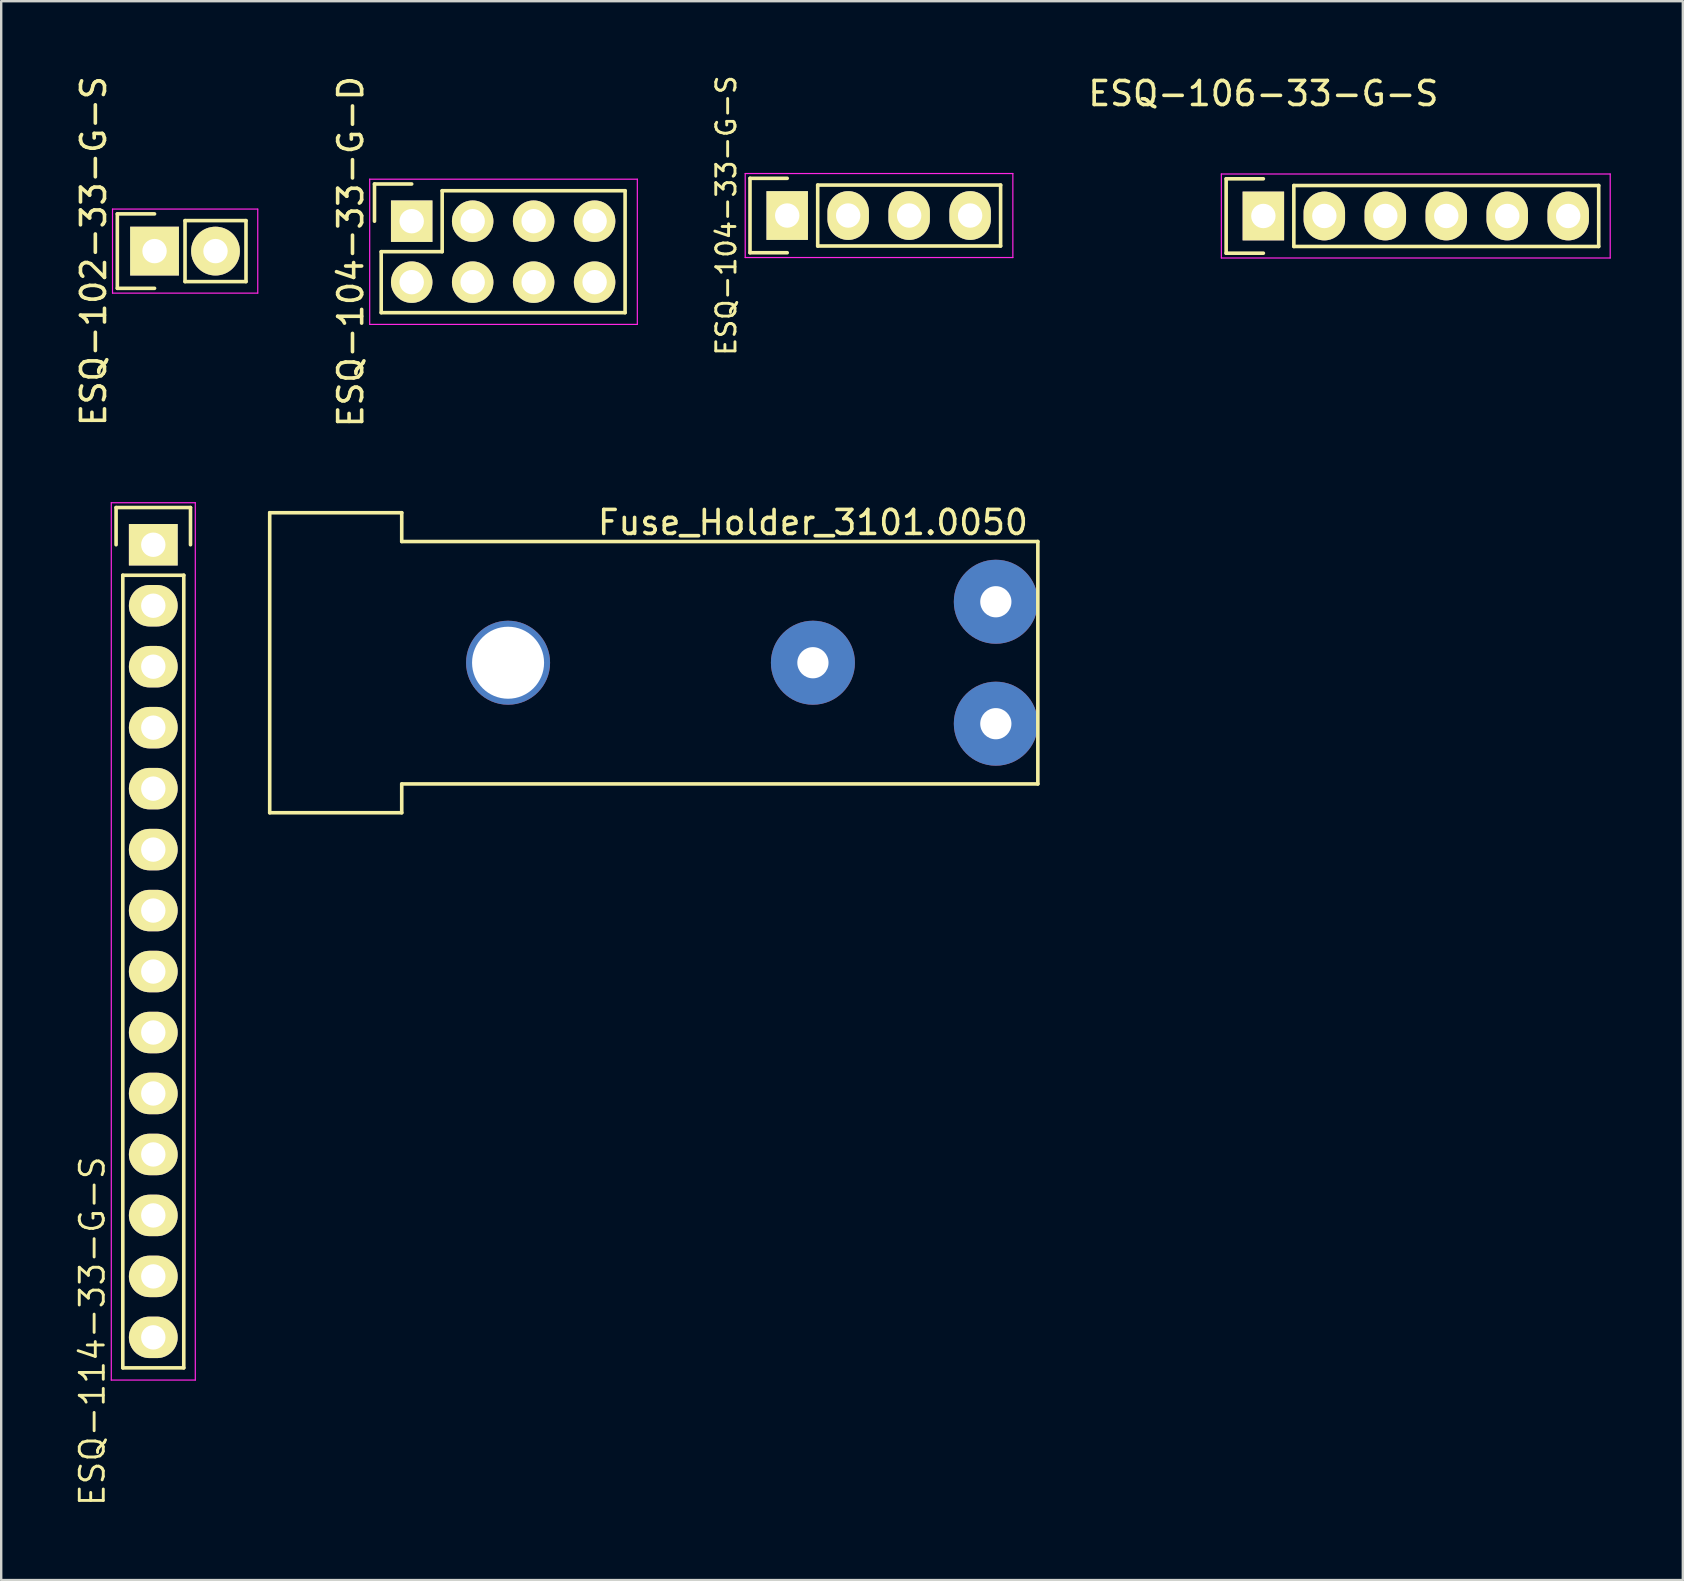
<source format=kicad_pcb>
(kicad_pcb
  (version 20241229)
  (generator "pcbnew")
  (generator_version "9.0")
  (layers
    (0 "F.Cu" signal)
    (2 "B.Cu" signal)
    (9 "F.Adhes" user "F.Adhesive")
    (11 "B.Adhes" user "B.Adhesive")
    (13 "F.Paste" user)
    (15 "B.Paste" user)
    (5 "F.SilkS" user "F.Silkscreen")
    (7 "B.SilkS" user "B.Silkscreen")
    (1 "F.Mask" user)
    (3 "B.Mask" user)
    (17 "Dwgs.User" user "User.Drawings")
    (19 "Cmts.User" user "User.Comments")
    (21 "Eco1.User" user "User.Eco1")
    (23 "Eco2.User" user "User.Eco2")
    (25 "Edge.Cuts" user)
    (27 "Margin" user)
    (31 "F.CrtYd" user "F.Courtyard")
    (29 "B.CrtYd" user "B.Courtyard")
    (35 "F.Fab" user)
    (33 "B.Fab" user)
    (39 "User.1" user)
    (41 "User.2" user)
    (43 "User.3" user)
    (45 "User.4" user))
  (footprint "ESQ-102-33-G-S"
    (layer "F.Cu")
    (at 3.388 7.411)
    (property "Reference" "ESQ-102-33-G-S" (at -2.54 0 270) (layer "F.SilkS") (effects (font (size 1 1) (thickness 0.15))))
    (attr through_hole)
    (fp_line (start -1.55 -1.55) (end -1.55 1.55) (stroke (width 0.15) (type solid)) (layer "F.SilkS"))
    (fp_line (start -1.55 1.55) (end 0 1.55) (stroke (width 0.15) (type solid)) (layer "F.SilkS"))
    (fp_line (start 0 -1.55) (end -1.55 -1.55) (stroke (width 0.15) (type solid)) (layer "F.SilkS"))
    (fp_line (start 1.27 -1.27) (end 3.81 -1.27) (stroke (width 0.15) (type solid)) (layer "F.SilkS"))
    (fp_line (start 1.27 1.27) (end 1.27 -1.27) (stroke (width 0.15) (type solid)) (layer "F.SilkS"))
    (fp_line (start 3.81 -1.27) (end 3.81 1.27) (stroke (width 0.15) (type solid)) (layer "F.SilkS"))
    (fp_line (start 3.81 1.27) (end 1.27 1.27) (stroke (width 0.15) (type solid)) (layer "F.SilkS"))
    (fp_line (start -1.75 -1.75) (end -1.75 1.75) (stroke (width 0.05) (type solid)) (layer "F.CrtYd"))
    (fp_line (start -1.75 -1.75) (end 4.3 -1.75) (stroke (width 0.05) (type solid)) (layer "F.CrtYd"))
    (fp_line (start -1.75 1.75) (end 4.3 1.75) (stroke (width 0.05) (type solid)) (layer "F.CrtYd"))
    (fp_line (start 4.3 -1.75) (end 4.3 1.75) (stroke (width 0.05) (type solid)) (layer "F.CrtYd"))
    (pad "1" thru_hole rect (at 0 0) (size 2.032 2.032) (drill 1.016) (layers "*.Cu" "*.Mask" "F.SilkS"))
    (pad "2" thru_hole oval (at 2.54 0) (size 2.032 2.032) (drill 1.016) (layers "*.Cu" "*.Mask" "F.SilkS")))
  (footprint "ESQ-114-33-G-S"
    (layer "F.Cu")
    (at 3.336 19.644)
    (property "Reference" "ESQ-114-33-G-S" (at -2.54 32.766 90) (layer "F.SilkS") (effects (font (size 1 1) (thickness 0.12))))
    (attr through_hole)
    (fp_line (start -1.55 -1.55) (end 1.55 -1.55) (stroke (width 0.15) (type solid)) (layer "F.SilkS"))
    (fp_line (start -1.55 0) (end -1.55 -1.55) (stroke (width 0.15) (type solid)) (layer "F.SilkS"))
    (fp_line (start -1.27 1.27) (end -1.27 34.29) (stroke (width 0.15) (type solid)) (layer "F.SilkS"))
    (fp_line (start -1.27 34.29) (end 1.27 34.29) (stroke (width 0.15) (type solid)) (layer "F.SilkS"))
    (fp_line (start 1.27 1.27) (end -1.27 1.27) (stroke (width 0.15) (type solid)) (layer "F.SilkS"))
    (fp_line (start 1.27 34.29) (end 1.27 1.27) (stroke (width 0.15) (type solid)) (layer "F.SilkS"))
    (fp_line (start 1.55 -1.55) (end 1.55 0) (stroke (width 0.15) (type solid)) (layer "F.SilkS"))
    (fp_line (start -1.75 -1.75) (end -1.75 34.8) (stroke (width 0.05) (type solid)) (layer "F.CrtYd"))
    (fp_line (start -1.75 -1.75) (end 1.75 -1.75) (stroke (width 0.05) (type solid)) (layer "F.CrtYd"))
    (fp_line (start -1.75 34.8) (end 1.75 34.8) (stroke (width 0.05) (type solid)) (layer "F.CrtYd"))
    (fp_line (start 1.75 -1.75) (end 1.75 34.8) (stroke (width 0.05) (type solid)) (layer "F.CrtYd"))
    (pad "1" thru_hole rect (at 0 0) (size 2.032 1.727) (drill 1.016) (layers "*.Cu" "*.Mask" "F.SilkS"))
    (pad "2" thru_hole oval (at 0 2.54) (size 2.032 1.727) (drill 1.016) (layers "*.Cu" "*.Mask" "F.SilkS"))
    (pad "3" thru_hole oval (at 0 5.08) (size 2.032 1.727) (drill 1.016) (layers "*.Cu" "*.Mask" "F.SilkS"))
    (pad "4" thru_hole oval (at 0 7.62) (size 2.032 1.727) (drill 1.016) (layers "*.Cu" "*.Mask" "F.SilkS"))
    (pad "5" thru_hole oval (at 0 10.16) (size 2.032 1.727) (drill 1.016) (layers "*.Cu" "*.Mask" "F.SilkS"))
    (pad "6" thru_hole oval (at 0 12.7) (size 2.032 1.727) (drill 1.016) (layers "*.Cu" "*.Mask" "F.SilkS"))
    (pad "7" thru_hole oval (at 0 15.24) (size 2.032 1.727) (drill 1.016) (layers "*.Cu" "*.Mask" "F.SilkS"))
    (pad "8" thru_hole oval (at 0 17.78) (size 2.032 1.727) (drill 1.016) (layers "*.Cu" "*.Mask" "F.SilkS"))
    (pad "9" thru_hole oval (at 0 20.32) (size 2.032 1.727) (drill 1.016) (layers "*.Cu" "*.Mask" "F.SilkS"))
    (pad "10" thru_hole oval (at 0 22.86) (size 2.032 1.727) (drill 1.016) (layers "*.Cu" "*.Mask" "F.SilkS"))
    (pad "11" thru_hole oval (at 0 25.4) (size 2.032 1.727) (drill 1.016) (layers "*.Cu" "*.Mask" "F.SilkS"))
    (pad "12" thru_hole oval (at 0 27.94) (size 2.032 1.727) (drill 1.016) (layers "*.Cu" "*.Mask" "F.SilkS"))
    (pad "13" thru_hole oval (at 0 30.48) (size 2.032 1.727) (drill 1.016) (layers "*.Cu" "*.Mask" "F.SilkS"))
    (pad "14" thru_hole oval (at 0 33.02) (size 2.032 1.727) (drill 1.016) (layers "*.Cu" "*.Mask" "F.SilkS")))
  (footprint "ESQ-106-33-G-S"
    (layer "F.Cu")
    (at 49.581 5.948)
    (property "Reference" "ESQ-106-33-G-S" (at 0 -5.1 0) (layer "F.SilkS") (effects (font (size 1 1) (thickness 0.15))))
    (attr through_hole)
    (fp_line (start -1.55 -1.55) (end -1.55 1.55) (stroke (width 0.15) (type solid)) (layer "F.SilkS"))
    (fp_line (start -1.55 1.55) (end 0 1.55) (stroke (width 0.15) (type solid)) (layer "F.SilkS"))
    (fp_line (start 0 -1.55) (end -1.55 -1.55) (stroke (width 0.15) (type solid)) (layer "F.SilkS"))
    (fp_line (start 1.27 1.27) (end 1.27 -1.27) (stroke (width 0.15) (type solid)) (layer "F.SilkS"))
    (fp_line (start 1.27 1.27) (end 13.97 1.27) (stroke (width 0.15) (type solid)) (layer "F.SilkS"))
    (fp_line (start 13.97 -1.27) (end 1.27 -1.27) (stroke (width 0.15) (type solid)) (layer "F.SilkS"))
    (fp_line (start 13.97 1.27) (end 13.97 -1.27) (stroke (width 0.15) (type solid)) (layer "F.SilkS"))
    (fp_line (start -1.75 -1.75) (end -1.75 1.75) (stroke (width 0.05) (type solid)) (layer "F.CrtYd"))
    (fp_line (start -1.75 -1.75) (end 14.45 -1.75) (stroke (width 0.05) (type solid)) (layer "F.CrtYd"))
    (fp_line (start -1.75 1.75) (end 14.45 1.75) (stroke (width 0.05) (type solid)) (layer "F.CrtYd"))
    (fp_line (start 14.45 -1.75) (end 14.45 1.75) (stroke (width 0.05) (type solid)) (layer "F.CrtYd"))
    (pad "1" thru_hole rect (at 0 0) (size 1.727 2.032) (drill 1.016) (layers "*.Cu" "*.Mask" "F.SilkS"))
    (pad "2" thru_hole oval (at 2.54 0) (size 1.727 2.032) (drill 1.016) (layers "*.Cu" "*.Mask" "F.SilkS"))
    (pad "3" thru_hole oval (at 5.08 0) (size 1.727 2.032) (drill 1.016) (layers "*.Cu" "*.Mask" "F.SilkS"))
    (pad "4" thru_hole oval (at 7.62 0) (size 1.727 2.032) (drill 1.016) (layers "*.Cu" "*.Mask" "F.SilkS"))
    (pad "5" thru_hole oval (at 10.16 0) (size 1.727 2.032) (drill 1.016) (layers "*.Cu" "*.Mask" "F.SilkS"))
    (pad "6" thru_hole oval (at 12.7 0) (size 1.727 2.032) (drill 1.016) (layers "*.Cu" "*.Mask" "F.SilkS")))
  (footprint "Fuse_Holder_3101.0050"
    (layer "F.Cu")
    (at 30.816 24.559)
    (property "Reference" "Fuse_Holder_3101.0050" (at 0 -5.842 0) (layer "F.SilkS") (effects (font (size 1 1) (thickness 0.15))))
    (attr through_hole)
    (fp_line (start -22.63 -6.25) (end -17.13 -6.25) (stroke (width 0.15) (type solid)) (layer "F.SilkS"))
    (fp_line (start -22.63 6.25) (end -22.63 -6.25) (stroke (width 0.15) (type solid)) (layer "F.SilkS"))
    (fp_line (start -17.13 -6.25) (end -17.13 -5.05) (stroke (width 0.15) (type solid)) (layer "F.SilkS"))
    (fp_line (start -17.13 -5.05) (end 9.37 -5.05) (stroke (width 0.15) (type solid)) (layer "F.SilkS"))
    (fp_line (start -17.13 5.05) (end -17.13 6.25) (stroke (width 0.15) (type solid)) (layer "F.SilkS"))
    (fp_line (start -17.13 6.25) (end -22.63 6.25) (stroke (width 0.15) (type solid)) (layer "F.SilkS"))
    (fp_line (start 9.37 -5.05) (end 9.37 5.05) (stroke (width 0.15) (type solid)) (layer "F.SilkS"))
    (fp_line (start 9.37 5.05) (end -17.13 5.05) (stroke (width 0.15) (type solid)) (layer "F.SilkS"))
    (pad "" np_thru_hole circle (at -12.7 0) (size 3.5 3.5) (drill 3) (layers "*.Cu" "*.Mask"))
    (pad "1" thru_hole circle (at 0 0) (size 3.5 3.5) (drill 1.3) (layers "*.Cu" "*.Mask"))
    (pad "2" thru_hole circle (at 7.62 -2.54) (size 3.5 3.5) (drill 1.3) (layers "*.Cu" "*.Mask"))
    (pad "2" thru_hole circle (at 7.62 2.54) (size 3.5 3.5) (drill 1.3) (layers "*.Cu" "*.Mask")))
  (footprint "ESQ-104-33-G-S"
    (layer "F.Cu")
    (at 29.745 5.929)
    (property "Reference" "ESQ-104-33-G-S" (at -2.54 0 270) (layer "F.SilkS") (effects (font (size 0.8 0.8) (thickness 0.12))))
    (attr through_hole)
    (fp_line (start -1.55 -1.55) (end -1.55 1.55) (stroke (width 0.15) (type solid)) (layer "F.SilkS"))
    (fp_line (start -1.55 1.55) (end 0 1.55) (stroke (width 0.15) (type solid)) (layer "F.SilkS"))
    (fp_line (start 0 -1.55) (end -1.55 -1.55) (stroke (width 0.15) (type solid)) (layer "F.SilkS"))
    (fp_line (start 1.27 -1.27) (end 8.89 -1.27) (stroke (width 0.15) (type solid)) (layer "F.SilkS"))
    (fp_line (start 1.27 1.27) (end 1.27 -1.27) (stroke (width 0.15) (type solid)) (layer "F.SilkS"))
    (fp_line (start 1.27 1.27) (end 8.89 1.27) (stroke (width 0.15) (type solid)) (layer "F.SilkS"))
    (fp_line (start 8.89 -1.27) (end 8.89 1.27) (stroke (width 0.15) (type solid)) (layer "F.SilkS"))
    (fp_line (start -1.75 -1.75) (end -1.75 1.75) (stroke (width 0.05) (type solid)) (layer "F.CrtYd"))
    (fp_line (start -1.75 -1.75) (end 9.4 -1.75) (stroke (width 0.05) (type solid)) (layer "F.CrtYd"))
    (fp_line (start -1.75 1.75) (end 9.4 1.75) (stroke (width 0.05) (type solid)) (layer "F.CrtYd"))
    (fp_line (start 9.4 -1.75) (end 9.4 1.75) (stroke (width 0.05) (type solid)) (layer "F.CrtYd"))
    (pad "1" thru_hole rect (at 0 0) (size 1.727 2.032) (drill 1.016) (layers "*.Cu" "*.Mask" "F.SilkS"))
    (pad "2" thru_hole oval (at 2.54 0) (size 1.727 2.032) (drill 1.016) (layers "*.Cu" "*.Mask" "F.SilkS"))
    (pad "3" thru_hole oval (at 5.08 0) (size 1.727 2.032) (drill 1.016) (layers "*.Cu" "*.Mask" "F.SilkS"))
    (pad "4" thru_hole oval (at 7.62 0) (size 1.727 2.032) (drill 1.016) (layers "*.Cu" "*.Mask" "F.SilkS")))
  (footprint "ESQ-104-33-G-D"
    (layer "F.Cu")
    (at 14.101 6.165)
    (property "Reference" "ESQ-104-33-G-D" (at -2.54 1.27 270) (layer "F.SilkS") (effects (font (size 1 1) (thickness 0.15))))
    (attr through_hole)
    (fp_line (start -1.55 -1.55) (end -1.55 0) (stroke (width 0.15) (type solid)) (layer "F.SilkS"))
    (fp_line (start -1.27 1.27) (end 1.27 1.27) (stroke (width 0.15) (type solid)) (layer "F.SilkS"))
    (fp_line (start -1.27 3.81) (end -1.27 1.27) (stroke (width 0.15) (type solid)) (layer "F.SilkS"))
    (fp_line (start 0 -1.55) (end -1.55 -1.55) (stroke (width 0.15) (type solid)) (layer "F.SilkS"))
    (fp_line (start 1.27 -1.27) (end 8.89 -1.27) (stroke (width 0.15) (type solid)) (layer "F.SilkS"))
    (fp_line (start 1.27 1.27) (end 1.27 -1.27) (stroke (width 0.15) (type solid)) (layer "F.SilkS"))
    (fp_line (start 8.89 -1.27) (end 8.89 3.81) (stroke (width 0.15) (type solid)) (layer "F.SilkS"))
    (fp_line (start 8.89 3.81) (end -1.27 3.81) (stroke (width 0.15) (type solid)) (layer "F.SilkS"))
    (fp_line (start -1.75 -1.75) (end -1.75 4.3) (stroke (width 0.05) (type solid)) (layer "F.CrtYd"))
    (fp_line (start -1.75 -1.75) (end 9.4 -1.75) (stroke (width 0.05) (type solid)) (layer "F.CrtYd"))
    (fp_line (start -1.75 4.3) (end 9.4 4.3) (stroke (width 0.05) (type solid)) (layer "F.CrtYd"))
    (fp_line (start 9.4 -1.75) (end 9.4 4.3) (stroke (width 0.05) (type solid)) (layer "F.CrtYd"))
    (pad "1" thru_hole rect (at 0 0) (size 1.727 1.727) (drill 1.016) (layers "*.Cu" "*.Mask" "F.SilkS"))
    (pad "2" thru_hole oval (at 0 2.54) (size 1.727 1.727) (drill 1.016) (layers "*.Cu" "*.Mask" "F.SilkS"))
    (pad "3" thru_hole oval (at 2.54 0) (size 1.727 1.727) (drill 1.016) (layers "*.Cu" "*.Mask" "F.SilkS"))
    (pad "4" thru_hole oval (at 2.54 2.54) (size 1.727 1.727) (drill 1.016) (layers "*.Cu" "*.Mask" "F.SilkS"))
    (pad "5" thru_hole oval (at 5.08 0) (size 1.727 1.727) (drill 1.016) (layers "*.Cu" "*.Mask" "F.SilkS"))
    (pad "6" thru_hole oval (at 5.08 2.54) (size 1.727 1.727) (drill 1.016) (layers "*.Cu" "*.Mask" "F.SilkS"))
    (pad "7" thru_hole oval (at 7.62 0) (size 1.727 1.727) (drill 1.016) (layers "*.Cu" "*.Mask" "F.SilkS"))
    (pad "8" thru_hole oval (at 7.62 2.54) (size 1.727 1.727) (drill 1.016) (layers "*.Cu" "*.Mask" "F.SilkS")))
  (gr_rect
    (start -3 -3)
    (end 67.056 62.776)
    (stroke (width 0.1) (type default))
    (fill no)
    (layer "Edge.Cuts")))
</source>
